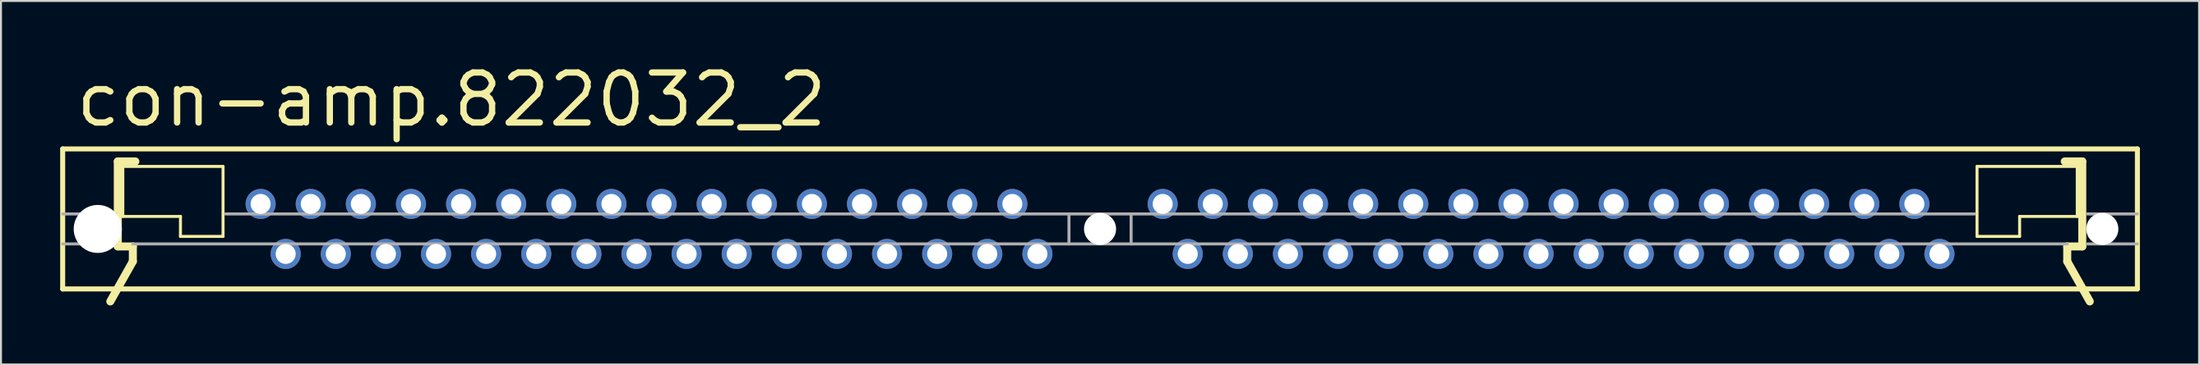
<source format=kicad_pcb>
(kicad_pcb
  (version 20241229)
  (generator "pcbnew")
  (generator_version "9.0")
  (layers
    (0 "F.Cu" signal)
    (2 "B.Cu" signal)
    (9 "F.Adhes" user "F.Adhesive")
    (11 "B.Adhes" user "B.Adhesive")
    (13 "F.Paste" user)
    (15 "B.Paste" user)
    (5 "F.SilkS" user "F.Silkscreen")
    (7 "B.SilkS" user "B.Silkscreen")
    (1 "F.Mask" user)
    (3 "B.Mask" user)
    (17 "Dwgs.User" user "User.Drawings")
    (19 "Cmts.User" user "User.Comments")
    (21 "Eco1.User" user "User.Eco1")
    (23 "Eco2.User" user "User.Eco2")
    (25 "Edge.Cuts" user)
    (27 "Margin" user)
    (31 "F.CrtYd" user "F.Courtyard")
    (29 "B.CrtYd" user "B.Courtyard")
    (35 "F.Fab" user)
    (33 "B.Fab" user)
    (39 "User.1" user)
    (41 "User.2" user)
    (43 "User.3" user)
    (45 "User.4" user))
  (footprint "con-amp.822032_2"
    (layer "F.Cu")
    (at 52.705 8.58)
    (property "Reference" "con-amp.822032_2" (at -52.07 -5.08 0) (layer "F.SilkS") (effects (font (size 2.54 2.54) (thickness 0.32)) (justify left bottom)))
    (attr through_hole)
    (fp_line (start -52.578 -4.064) (end 52.578 -4.064) (stroke (width 0.254) (type default)) (layer "F.SilkS"))
    (fp_line (start -52.578 3.048) (end -52.578 -4.064) (stroke (width 0.254) (type default)) (layer "F.SilkS"))
    (fp_line (start -49.784 -3.429) (end -49.784 0.889) (stroke (width 0.406) (type default)) (layer "F.SilkS"))
    (fp_line (start -49.784 0.889) (end -49.022 0.889) (stroke (width 0.406) (type default)) (layer "F.SilkS"))
    (fp_line (start -49.53 -3.175) (end -49.53 -0.635) (stroke (width 0.152) (type default)) (layer "F.SilkS"))
    (fp_line (start -49.022 0.889) (end -49.022 1.651) (stroke (width 0.406) (type default)) (layer "F.SilkS"))
    (fp_line (start -49.022 1.651) (end -50.165 3.683) (stroke (width 0.406) (type default)) (layer "F.SilkS"))
    (fp_line (start -48.895 -3.429) (end -49.784 -3.429) (stroke (width 0.406) (type default)) (layer "F.SilkS"))
    (fp_line (start -46.609 -0.635) (end -49.53 -0.635) (stroke (width 0.152) (type default)) (layer "F.SilkS"))
    (fp_line (start -46.609 0.381) (end -46.609 -0.635) (stroke (width 0.152) (type default)) (layer "F.SilkS"))
    (fp_line (start -46.609 0.381) (end -44.45 0.381) (stroke (width 0.152) (type default)) (layer "F.SilkS"))
    (fp_line (start -44.45 -3.175) (end -49.53 -3.175) (stroke (width 0.152) (type default)) (layer "F.SilkS"))
    (fp_line (start -44.45 0.381) (end -44.45 -3.175) (stroke (width 0.152) (type default)) (layer "F.SilkS"))
    (fp_line (start 44.45 -3.175) (end 49.53 -3.175) (stroke (width 0.152) (type default)) (layer "F.SilkS"))
    (fp_line (start 44.45 0.381) (end 44.45 -3.175) (stroke (width 0.152) (type default)) (layer "F.SilkS"))
    (fp_line (start 46.609 -0.635) (end 49.53 -0.635) (stroke (width 0.152) (type default)) (layer "F.SilkS"))
    (fp_line (start 46.609 0.381) (end 44.45 0.381) (stroke (width 0.152) (type default)) (layer "F.SilkS"))
    (fp_line (start 46.609 0.381) (end 46.609 -0.635) (stroke (width 0.152) (type default)) (layer "F.SilkS"))
    (fp_line (start 48.895 -3.429) (end 49.784 -3.429) (stroke (width 0.406) (type default)) (layer "F.SilkS"))
    (fp_line (start 49.022 0.889) (end 49.022 1.651) (stroke (width 0.406) (type default)) (layer "F.SilkS"))
    (fp_line (start 49.022 1.651) (end 50.165 3.683) (stroke (width 0.406) (type default)) (layer "F.SilkS"))
    (fp_line (start 49.53 -3.175) (end 49.53 -0.635) (stroke (width 0.152) (type default)) (layer "F.SilkS"))
    (fp_line (start 49.784 -3.429) (end 49.784 0.889) (stroke (width 0.406) (type default)) (layer "F.SilkS"))
    (fp_line (start 49.784 0.889) (end 49.022 0.889) (stroke (width 0.406) (type default)) (layer "F.SilkS"))
    (fp_line (start 52.578 -4.064) (end 52.578 3.048) (stroke (width 0.254) (type default)) (layer "F.SilkS"))
    (fp_line (start 52.578 3.048) (end -52.578 3.048) (stroke (width 0.254) (type default)) (layer "F.SilkS"))
    (fp_line (start -52.578 -0.762) (end -49.911 -0.762) (stroke (width 0.152) (type default)) (layer "F.Fab"))
    (fp_line (start -52.578 0.762) (end -49.911 0.762) (stroke (width 0.152) (type default)) (layer "F.Fab"))
    (fp_line (start -49.022 0.762) (end -1.575 0.762) (stroke (width 0.152) (type default)) (layer "F.Fab"))
    (fp_line (start -44.323 -0.762) (end -1.575 -0.762) (stroke (width 0.152) (type default)) (layer "F.Fab"))
    (fp_line (start -1.575 -0.762) (end 1.575 -0.762) (stroke (width 0.152) (type default)) (layer "F.Fab"))
    (fp_line (start -1.575 0.762) (end -1.575 -0.762) (stroke (width 0.152) (type default)) (layer "F.Fab"))
    (fp_line (start -1.575 0.762) (end 1.575 0.762) (stroke (width 0.152) (type default)) (layer "F.Fab"))
    (fp_line (start 1.575 0.762) (end 1.575 -0.762) (stroke (width 0.152) (type default)) (layer "F.Fab"))
    (fp_line (start 44.323 -0.762) (end 1.575 -0.762) (stroke (width 0.152) (type default)) (layer "F.Fab"))
    (fp_line (start 49.022 0.762) (end 1.575 0.762) (stroke (width 0.152) (type default)) (layer "F.Fab"))
    (fp_line (start 52.578 -0.762) (end 50.038 -0.762) (stroke (width 0.152) (type default)) (layer "F.Fab"))
    (fp_line (start 52.578 0.762) (end 50.038 0.762) (stroke (width 0.152) (type default)) (layer "F.Fab"))
    (pad "" np_thru_hole circle (at -50.8 0) (size 2.438 2.438) (drill 2.438) (layers "*.Cu" "*.Mask"))
    (pad "" np_thru_hole circle (at 0 0) (size 1.626 1.626) (drill 1.626) (layers "*.Cu" "*.Mask"))
    (pad "" np_thru_hole circle (at 50.8 0) (size 1.626 1.626) (drill 1.626) (layers "*.Cu" "*.Mask"))
    (pad "1" thru_hole circle (at 42.545 1.27) (size 1.524 1.524) (drill 1.016) (layers "*.Cu" "*.Mask"))
    (pad "2" thru_hole circle (at 41.275 -1.27) (size 1.524 1.524) (drill 1.016) (layers "*.Cu" "*.Mask"))
    (pad "3" thru_hole circle (at 40.005 1.27) (size 1.524 1.524) (drill 1.016) (layers "*.Cu" "*.Mask"))
    (pad "4" thru_hole circle (at 38.735 -1.27) (size 1.524 1.524) (drill 1.016) (layers "*.Cu" "*.Mask"))
    (pad "5" thru_hole circle (at 37.465 1.27) (size 1.524 1.524) (drill 1.016) (layers "*.Cu" "*.Mask"))
    (pad "6" thru_hole circle (at 36.195 -1.27) (size 1.524 1.524) (drill 1.016) (layers "*.Cu" "*.Mask"))
    (pad "7" thru_hole circle (at 34.925 1.27) (size 1.524 1.524) (drill 1.016) (layers "*.Cu" "*.Mask"))
    (pad "8" thru_hole circle (at 33.655 -1.27) (size 1.524 1.524) (drill 1.016) (layers "*.Cu" "*.Mask"))
    (pad "9" thru_hole circle (at 32.385 1.27) (size 1.524 1.524) (drill 1.016) (layers "*.Cu" "*.Mask"))
    (pad "10" thru_hole circle (at 31.115 -1.27) (size 1.524 1.524) (drill 1.016) (layers "*.Cu" "*.Mask"))
    (pad "11" thru_hole circle (at 29.845 1.27) (size 1.524 1.524) (drill 1.016) (layers "*.Cu" "*.Mask"))
    (pad "12" thru_hole circle (at 28.575 -1.27) (size 1.524 1.524) (drill 1.016) (layers "*.Cu" "*.Mask"))
    (pad "13" thru_hole circle (at 27.305 1.27) (size 1.524 1.524) (drill 1.016) (layers "*.Cu" "*.Mask"))
    (pad "14" thru_hole circle (at 26.035 -1.27) (size 1.524 1.524) (drill 1.016) (layers "*.Cu" "*.Mask"))
    (pad "15" thru_hole circle (at 24.765 1.27) (size 1.524 1.524) (drill 1.016) (layers "*.Cu" "*.Mask"))
    (pad "16" thru_hole circle (at 23.495 -1.27) (size 1.524 1.524) (drill 1.016) (layers "*.Cu" "*.Mask"))
    (pad "17" thru_hole circle (at 22.225 1.27) (size 1.524 1.524) (drill 1.016) (layers "*.Cu" "*.Mask"))
    (pad "18" thru_hole circle (at 20.955 -1.27) (size 1.524 1.524) (drill 1.016) (layers "*.Cu" "*.Mask"))
    (pad "19" thru_hole circle (at 19.685 1.27) (size 1.524 1.524) (drill 1.016) (layers "*.Cu" "*.Mask"))
    (pad "20" thru_hole circle (at 18.415 -1.27) (size 1.524 1.524) (drill 1.016) (layers "*.Cu" "*.Mask"))
    (pad "21" thru_hole circle (at 17.145 1.27) (size 1.524 1.524) (drill 1.016) (layers "*.Cu" "*.Mask"))
    (pad "22" thru_hole circle (at 15.875 -1.27) (size 1.524 1.524) (drill 1.016) (layers "*.Cu" "*.Mask"))
    (pad "23" thru_hole circle (at 14.605 1.27) (size 1.524 1.524) (drill 1.016) (layers "*.Cu" "*.Mask"))
    (pad "24" thru_hole circle (at 13.335 -1.27) (size 1.524 1.524) (drill 1.016) (layers "*.Cu" "*.Mask"))
    (pad "25" thru_hole circle (at 12.065 1.27) (size 1.524 1.524) (drill 1.016) (layers "*.Cu" "*.Mask"))
    (pad "26" thru_hole circle (at 10.795 -1.27) (size 1.524 1.524) (drill 1.016) (layers "*.Cu" "*.Mask"))
    (pad "27" thru_hole circle (at 9.525 1.27) (size 1.524 1.524) (drill 1.016) (layers "*.Cu" "*.Mask"))
    (pad "28" thru_hole circle (at 8.255 -1.27) (size 1.524 1.524) (drill 1.016) (layers "*.Cu" "*.Mask"))
    (pad "29" thru_hole circle (at 6.985 1.27) (size 1.524 1.524) (drill 1.016) (layers "*.Cu" "*.Mask"))
    (pad "30" thru_hole circle (at 5.715 -1.27) (size 1.524 1.524) (drill 1.016) (layers "*.Cu" "*.Mask"))
    (pad "31" thru_hole circle (at 4.445 1.27) (size 1.524 1.524) (drill 1.016) (layers "*.Cu" "*.Mask"))
    (pad "32" thru_hole circle (at 3.175 -1.27) (size 1.524 1.524) (drill 1.016) (layers "*.Cu" "*.Mask"))
    (pad "33" thru_hole circle (at -3.175 1.27) (size 1.524 1.524) (drill 1.016) (layers "*.Cu" "*.Mask"))
    (pad "34" thru_hole circle (at -4.445 -1.27) (size 1.524 1.524) (drill 1.016) (layers "*.Cu" "*.Mask"))
    (pad "35" thru_hole circle (at -5.715 1.27) (size 1.524 1.524) (drill 1.016) (layers "*.Cu" "*.Mask"))
    (pad "36" thru_hole circle (at -6.985 -1.27) (size 1.524 1.524) (drill 1.016) (layers "*.Cu" "*.Mask"))
    (pad "37" thru_hole circle (at -8.255 1.27) (size 1.524 1.524) (drill 1.016) (layers "*.Cu" "*.Mask"))
    (pad "38" thru_hole circle (at -9.525 -1.27) (size 1.524 1.524) (drill 1.016) (layers "*.Cu" "*.Mask"))
    (pad "39" thru_hole circle (at -10.795 1.27) (size 1.524 1.524) (drill 1.016) (layers "*.Cu" "*.Mask"))
    (pad "40" thru_hole circle (at -12.065 -1.27) (size 1.524 1.524) (drill 1.016) (layers "*.Cu" "*.Mask"))
    (pad "41" thru_hole circle (at -13.335 1.27) (size 1.524 1.524) (drill 1.016) (layers "*.Cu" "*.Mask"))
    (pad "42" thru_hole circle (at -14.605 -1.27) (size 1.524 1.524) (drill 1.016) (layers "*.Cu" "*.Mask"))
    (pad "43" thru_hole circle (at -15.875 1.27) (size 1.524 1.524) (drill 1.016) (layers "*.Cu" "*.Mask"))
    (pad "44" thru_hole circle (at -17.145 -1.27) (size 1.524 1.524) (drill 1.016) (layers "*.Cu" "*.Mask"))
    (pad "45" thru_hole circle (at -18.415 1.27) (size 1.524 1.524) (drill 1.016) (layers "*.Cu" "*.Mask"))
    (pad "46" thru_hole circle (at -19.685 -1.27) (size 1.524 1.524) (drill 1.016) (layers "*.Cu" "*.Mask"))
    (pad "47" thru_hole circle (at -20.955 1.27) (size 1.524 1.524) (drill 1.016) (layers "*.Cu" "*.Mask"))
    (pad "48" thru_hole circle (at -22.225 -1.27) (size 1.524 1.524) (drill 1.016) (layers "*.Cu" "*.Mask"))
    (pad "49" thru_hole circle (at -23.495 1.27) (size 1.524 1.524) (drill 1.016) (layers "*.Cu" "*.Mask"))
    (pad "50" thru_hole circle (at -24.765 -1.27) (size 1.524 1.524) (drill 1.016) (layers "*.Cu" "*.Mask"))
    (pad "51" thru_hole circle (at -26.035 1.27) (size 1.524 1.524) (drill 1.016) (layers "*.Cu" "*.Mask"))
    (pad "52" thru_hole circle (at -27.305 -1.27) (size 1.524 1.524) (drill 1.016) (layers "*.Cu" "*.Mask"))
    (pad "53" thru_hole circle (at -28.575 1.27) (size 1.524 1.524) (drill 1.016) (layers "*.Cu" "*.Mask"))
    (pad "54" thru_hole circle (at -29.845 -1.27) (size 1.524 1.524) (drill 1.016) (layers "*.Cu" "*.Mask"))
    (pad "55" thru_hole circle (at -31.115 1.27) (size 1.524 1.524) (drill 1.016) (layers "*.Cu" "*.Mask"))
    (pad "56" thru_hole circle (at -32.385 -1.27) (size 1.524 1.524) (drill 1.016) (layers "*.Cu" "*.Mask"))
    (pad "57" thru_hole circle (at -33.655 1.27) (size 1.524 1.524) (drill 1.016) (layers "*.Cu" "*.Mask"))
    (pad "58" thru_hole circle (at -34.925 -1.27) (size 1.524 1.524) (drill 1.016) (layers "*.Cu" "*.Mask"))
    (pad "59" thru_hole circle (at -36.195 1.27) (size 1.524 1.524) (drill 1.016) (layers "*.Cu" "*.Mask"))
    (pad "60" thru_hole circle (at -37.465 -1.27) (size 1.524 1.524) (drill 1.016) (layers "*.Cu" "*.Mask"))
    (pad "61" thru_hole circle (at -38.735 1.27) (size 1.524 1.524) (drill 1.016) (layers "*.Cu" "*.Mask"))
    (pad "62" thru_hole circle (at -40.005 -1.27) (size 1.524 1.524) (drill 1.016) (layers "*.Cu" "*.Mask"))
    (pad "63" thru_hole circle (at -41.275 1.27) (size 1.524 1.524) (drill 1.016) (layers "*.Cu" "*.Mask"))
    (pad "64" thru_hole circle (at -42.545 -1.27) (size 1.524 1.524) (drill 1.016) (layers "*.Cu" "*.Mask")))
  (gr_rect
    (start -3 -3)
    (end 108.41 15.466)
    (stroke (width 0.1) (type default))
    (fill no)
    (layer "Edge.Cuts")))
</source>
